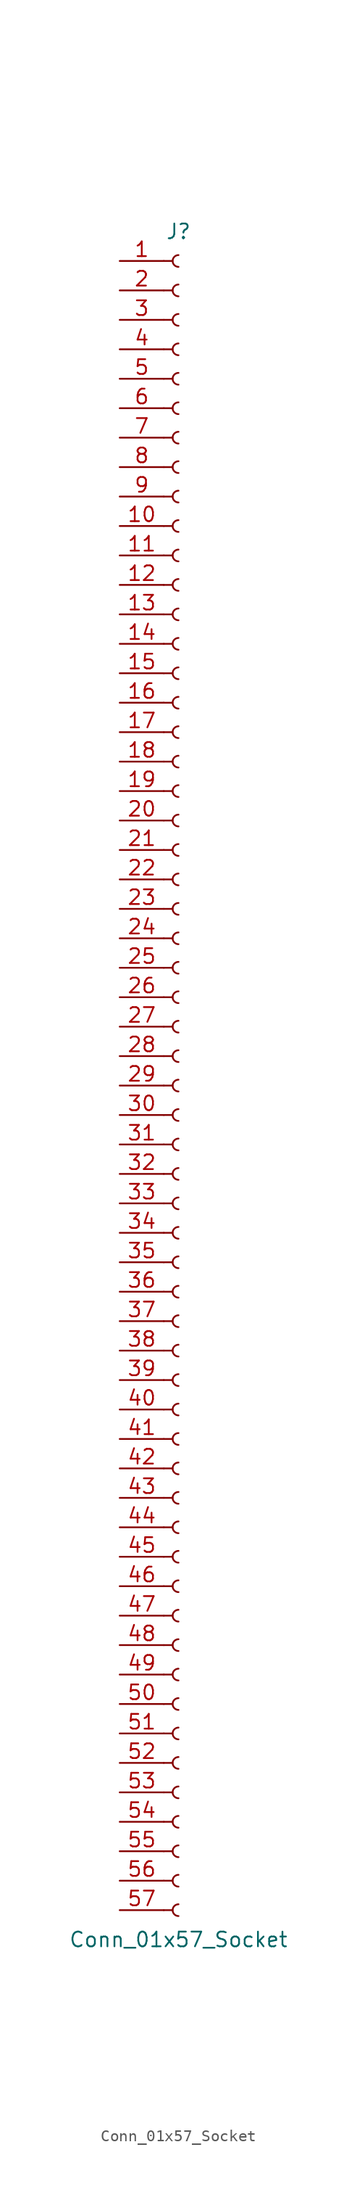
<source format=kicad_sym>
(kicad_symbol_lib
  (version 20220914)
  (generator kicad_symbol_editor)
  (symbol "Conn_01x57_Socket"
    (pin_names
      (offset 1.016) hide)
    (property "Reference" "J"
      (at 0 73.66 0)
      (effects (font (size 1.27 1.27))))
    (property "Value" "Conn_01x57_Socket"
      (at 0 -73.66 0)
      (effects (font (size 1.27 1.27))))
    (property "ki_locked" ""
      (at 0 0 0)
      (effects (font (size 1.27 1.27))))
    (symbol "Conn_01x57_Socket_1_1"
      (arc (start 0 -70.612) (mid -0.5058 -71.12) (end 0 -71.628) (stroke (width 0.1524) (type default)) (fill (type none)))
      (arc (start 0 -68.072) (mid -0.5058 -68.58) (end 0 -69.088) (stroke (width 0.1524) (type default)) (fill (type none)))
      (arc (start 0 -65.532) (mid -0.5058 -66.04) (end 0 -66.548) (stroke (width 0.1524) (type default)) (fill (type none)))
      (arc (start 0 -62.992) (mid -0.5058 -63.5) (end 0 -64.008) (stroke (width 0.1524) (type default)) (fill (type none)))
      (arc (start 0 -60.452) (mid -0.5058 -60.96) (end 0 -61.468) (stroke (width 0.1524) (type default)) (fill (type none)))
      (arc (start 0 -57.912) (mid -0.5058 -58.42) (end 0 -58.928) (stroke (width 0.1524) (type default)) (fill (type none)))
      (arc (start 0 -55.372) (mid -0.5058 -55.88) (end 0 -56.388) (stroke (width 0.1524) (type default)) (fill (type none)))
      (arc (start 0 -52.832) (mid -0.5058 -53.34) (end 0 -53.848) (stroke (width 0.1524) (type default)) (fill (type none)))
      (arc (start 0 -50.292) (mid -0.5058 -50.8) (end 0 -51.308) (stroke (width 0.1524) (type default)) (fill (type none)))
      (arc (start 0 -47.752) (mid -0.5058 -48.26) (end 0 -48.768) (stroke (width 0.1524) (type default)) (fill (type none)))
      (arc (start 0 -45.212) (mid -0.5058 -45.72) (end 0 -46.228) (stroke (width 0.1524) (type default)) (fill (type none)))
      (arc (start 0 -42.672) (mid -0.5058 -43.18) (end 0 -43.688) (stroke (width 0.1524) (type default)) (fill (type none)))
      (arc (start 0 -40.132) (mid -0.5058 -40.64) (end 0 -41.148) (stroke (width 0.1524) (type default)) (fill (type none)))
      (arc (start 0 -37.592) (mid -0.5058 -38.1) (end 0 -38.608) (stroke (width 0.1524) (type default)) (fill (type none)))
      (arc (start 0 -35.052) (mid -0.5058 -35.56) (end 0 -36.068) (stroke (width 0.1524) (type default)) (fill (type none)))
      (arc (start 0 -32.512) (mid -0.5058 -33.02) (end 0 -33.528) (stroke (width 0.1524) (type default)) (fill (type none)))
      (arc (start 0 -29.972) (mid -0.5058 -30.48) (end 0 -30.988) (stroke (width 0.1524) (type default)) (fill (type none)))
      (arc (start 0 -27.432) (mid -0.5058 -27.94) (end 0 -28.448) (stroke (width 0.1524) (type default)) (fill (type none)))
      (arc (start 0 -24.892) (mid -0.5058 -25.4) (end 0 -25.908) (stroke (width 0.1524) (type default)) (fill (type none)))
      (arc (start 0 -22.352) (mid -0.5058 -22.86) (end 0 -23.368) (stroke (width 0.1524) (type default)) (fill (type none)))
      (arc (start 0 -19.812) (mid -0.5058 -20.32) (end 0 -20.828) (stroke (width 0.1524) (type default)) (fill (type none)))
      (arc (start 0 -17.272) (mid -0.5058 -17.78) (end 0 -18.288) (stroke (width 0.1524) (type default)) (fill (type none)))
      (arc (start 0 -14.732) (mid -0.5058 -15.24) (end 0 -15.748) (stroke (width 0.1524) (type default)) (fill (type none)))
      (arc (start 0 -12.192) (mid -0.5058 -12.7) (end 0 -13.208) (stroke (width 0.1524) (type default)) (fill (type none)))
      (arc (start 0 -9.652) (mid -0.5058 -10.16) (end 0 -10.668) (stroke (width 0.1524) (type default)) (fill (type none)))
      (arc (start 0 -7.112) (mid -0.5058 -7.62) (end 0 -8.128) (stroke (width 0.1524) (type default)) (fill (type none)))
      (arc (start 0 -4.572) (mid -0.5058 -5.08) (end 0 -5.588) (stroke (width 0.1524) (type default)) (fill (type none)))
      (arc (start 0 -2.032) (mid -0.5058 -2.54) (end 0 -3.048) (stroke (width 0.1524) (type default)) (fill (type none)))
      (polyline (pts (xy -1.27 -71.12) (xy -0.508 -71.12)) (stroke (width 0.152) (type default)) (fill (type none)))
      (polyline (pts (xy -1.27 -68.58) (xy -0.508 -68.58)) (stroke (width 0.152) (type default)) (fill (type none)))
      (polyline (pts (xy -1.27 -66.04) (xy -0.508 -66.04)) (stroke (width 0.152) (type default)) (fill (type none)))
      (polyline (pts (xy -1.27 -63.5) (xy -0.508 -63.5)) (stroke (width 0.152) (type default)) (fill (type none)))
      (polyline (pts (xy -1.27 -60.96) (xy -0.508 -60.96)) (stroke (width 0.152) (type default)) (fill (type none)))
      (polyline (pts (xy -1.27 -58.42) (xy -0.508 -58.42)) (stroke (width 0.152) (type default)) (fill (type none)))
      (polyline (pts (xy -1.27 -55.88) (xy -0.508 -55.88)) (stroke (width 0.152) (type default)) (fill (type none)))
      (polyline (pts (xy -1.27 -53.34) (xy -0.508 -53.34)) (stroke (width 0.152) (type default)) (fill (type none)))
      (polyline (pts (xy -1.27 -50.8) (xy -0.508 -50.8)) (stroke (width 0.152) (type default)) (fill (type none)))
      (polyline (pts (xy -1.27 -48.26) (xy -0.508 -48.26)) (stroke (width 0.152) (type default)) (fill (type none)))
      (polyline (pts (xy -1.27 -45.72) (xy -0.508 -45.72)) (stroke (width 0.152) (type default)) (fill (type none)))
      (polyline (pts (xy -1.27 -43.18) (xy -0.508 -43.18)) (stroke (width 0.152) (type default)) (fill (type none)))
      (polyline (pts (xy -1.27 -40.64) (xy -0.508 -40.64)) (stroke (width 0.152) (type default)) (fill (type none)))
      (polyline (pts (xy -1.27 -38.1) (xy -0.508 -38.1)) (stroke (width 0.152) (type default)) (fill (type none)))
      (polyline (pts (xy -1.27 -35.56) (xy -0.508 -35.56)) (stroke (width 0.152) (type default)) (fill (type none)))
      (polyline (pts (xy -1.27 -33.02) (xy -0.508 -33.02)) (stroke (width 0.152) (type default)) (fill (type none)))
      (polyline (pts (xy -1.27 -30.48) (xy -0.508 -30.48)) (stroke (width 0.152) (type default)) (fill (type none)))
      (polyline (pts (xy -1.27 -27.94) (xy -0.508 -27.94)) (stroke (width 0.152) (type default)) (fill (type none)))
      (polyline (pts (xy -1.27 -25.4) (xy -0.508 -25.4)) (stroke (width 0.152) (type default)) (fill (type none)))
      (polyline (pts (xy -1.27 -22.86) (xy -0.508 -22.86)) (stroke (width 0.152) (type default)) (fill (type none)))
      (polyline (pts (xy -1.27 -20.32) (xy -0.508 -20.32)) (stroke (width 0.152) (type default)) (fill (type none)))
      (polyline (pts (xy -1.27 -17.78) (xy -0.508 -17.78)) (stroke (width 0.152) (type default)) (fill (type none)))
      (polyline (pts (xy -1.27 -15.24) (xy -0.508 -15.24)) (stroke (width 0.152) (type default)) (fill (type none)))
      (polyline (pts (xy -1.27 -12.7) (xy -0.508 -12.7)) (stroke (width 0.152) (type default)) (fill (type none)))
      (polyline (pts (xy -1.27 -10.16) (xy -0.508 -10.16)) (stroke (width 0.152) (type default)) (fill (type none)))
      (polyline (pts (xy -1.27 -7.62) (xy -0.508 -7.62)) (stroke (width 0.152) (type default)) (fill (type none)))
      (polyline (pts (xy -1.27 -5.08) (xy -0.508 -5.08)) (stroke (width 0.152) (type default)) (fill (type none)))
      (polyline (pts (xy -1.27 -2.54) (xy -0.508 -2.54)) (stroke (width 0.152) (type default)) (fill (type none)))
      (polyline (pts (xy -1.27 0) (xy -0.508 0)) (stroke (width 0.152) (type default)) (fill (type none)))
      (polyline (pts (xy -1.27 2.54) (xy -0.508 2.54)) (stroke (width 0.152) (type default)) (fill (type none)))
      (polyline (pts (xy -1.27 5.08) (xy -0.508 5.08)) (stroke (width 0.152) (type default)) (fill (type none)))
      (polyline (pts (xy -1.27 7.62) (xy -0.508 7.62)) (stroke (width 0.152) (type default)) (fill (type none)))
      (polyline (pts (xy -1.27 10.16) (xy -0.508 10.16)) (stroke (width 0.152) (type default)) (fill (type none)))
      (polyline (pts (xy -1.27 12.7) (xy -0.508 12.7)) (stroke (width 0.152) (type default)) (fill (type none)))
      (polyline (pts (xy -1.27 15.24) (xy -0.508 15.24)) (stroke (width 0.152) (type default)) (fill (type none)))
      (polyline (pts (xy -1.27 17.78) (xy -0.508 17.78)) (stroke (width 0.152) (type default)) (fill (type none)))
      (polyline (pts (xy -1.27 20.32) (xy -0.508 20.32)) (stroke (width 0.152) (type default)) (fill (type none)))
      (polyline (pts (xy -1.27 22.86) (xy -0.508 22.86)) (stroke (width 0.152) (type default)) (fill (type none)))
      (polyline (pts (xy -1.27 25.4) (xy -0.508 25.4)) (stroke (width 0.152) (type default)) (fill (type none)))
      (polyline (pts (xy -1.27 27.94) (xy -0.508 27.94)) (stroke (width 0.152) (type default)) (fill (type none)))
      (polyline (pts (xy -1.27 30.48) (xy -0.508 30.48)) (stroke (width 0.152) (type default)) (fill (type none)))
      (polyline (pts (xy -1.27 33.02) (xy -0.508 33.02)) (stroke (width 0.152) (type default)) (fill (type none)))
      (polyline (pts (xy -1.27 35.56) (xy -0.508 35.56)) (stroke (width 0.152) (type default)) (fill (type none)))
      (polyline (pts (xy -1.27 38.1) (xy -0.508 38.1)) (stroke (width 0.152) (type default)) (fill (type none)))
      (polyline (pts (xy -1.27 40.64) (xy -0.508 40.64)) (stroke (width 0.152) (type default)) (fill (type none)))
      (polyline (pts (xy -1.27 43.18) (xy -0.508 43.18)) (stroke (width 0.152) (type default)) (fill (type none)))
      (polyline (pts (xy -1.27 45.72) (xy -0.508 45.72)) (stroke (width 0.152) (type default)) (fill (type none)))
      (polyline (pts (xy -1.27 48.26) (xy -0.508 48.26)) (stroke (width 0.152) (type default)) (fill (type none)))
      (polyline (pts (xy -1.27 50.8) (xy -0.508 50.8)) (stroke (width 0.152) (type default)) (fill (type none)))
      (polyline (pts (xy -1.27 53.34) (xy -0.508 53.34)) (stroke (width 0.152) (type default)) (fill (type none)))
      (polyline (pts (xy -1.27 55.88) (xy -0.508 55.88)) (stroke (width 0.152) (type default)) (fill (type none)))
      (polyline (pts (xy -1.27 58.42) (xy -0.508 58.42)) (stroke (width 0.152) (type default)) (fill (type none)))
      (polyline (pts (xy -1.27 60.96) (xy -0.508 60.96)) (stroke (width 0.152) (type default)) (fill (type none)))
      (polyline (pts (xy -1.27 63.5) (xy -0.508 63.5)) (stroke (width 0.152) (type default)) (fill (type none)))
      (polyline (pts (xy -1.27 66.04) (xy -0.508 66.04)) (stroke (width 0.152) (type default)) (fill (type none)))
      (polyline (pts (xy -1.27 68.58) (xy -0.508 68.58)) (stroke (width 0.152) (type default)) (fill (type none)))
      (polyline (pts (xy -1.27 71.12) (xy -0.508 71.12)) (stroke (width 0.152) (type default)) (fill (type none)))
      (arc (start 0 0.508) (mid -0.5058 0) (end 0 -0.508) (stroke (width 0.1524) (type default)) (fill (type none)))
      (arc (start 0 3.048) (mid -0.5058 2.54) (end 0 2.032) (stroke (width 0.1524) (type default)) (fill (type none)))
      (arc (start 0 5.588) (mid -0.5058 5.08) (end 0 4.572) (stroke (width 0.1524) (type default)) (fill (type none)))
      (arc (start 0 8.128) (mid -0.5058 7.62) (end 0 7.112) (stroke (width 0.1524) (type default)) (fill (type none)))
      (arc (start 0 10.668) (mid -0.5058 10.16) (end 0 9.652) (stroke (width 0.1524) (type default)) (fill (type none)))
      (arc (start 0 13.208) (mid -0.5058 12.7) (end 0 12.192) (stroke (width 0.1524) (type default)) (fill (type none)))
      (arc (start 0 15.748) (mid -0.5058 15.24) (end 0 14.732) (stroke (width 0.1524) (type default)) (fill (type none)))
      (arc (start 0 18.288) (mid -0.5058 17.78) (end 0 17.272) (stroke (width 0.1524) (type default)) (fill (type none)))
      (arc (start 0 20.828) (mid -0.5058 20.32) (end 0 19.812) (stroke (width 0.1524) (type default)) (fill (type none)))
      (arc (start 0 23.368) (mid -0.5058 22.86) (end 0 22.352) (stroke (width 0.1524) (type default)) (fill (type none)))
      (arc (start 0 25.908) (mid -0.5058 25.4) (end 0 24.892) (stroke (width 0.1524) (type default)) (fill (type none)))
      (arc (start 0 28.448) (mid -0.5058 27.94) (end 0 27.432) (stroke (width 0.1524) (type default)) (fill (type none)))
      (arc (start 0 30.988) (mid -0.5058 30.48) (end 0 29.972) (stroke (width 0.1524) (type default)) (fill (type none)))
      (arc (start 0 33.528) (mid -0.5058 33.02) (end 0 32.512) (stroke (width 0.1524) (type default)) (fill (type none)))
      (arc (start 0 36.068) (mid -0.5058 35.56) (end 0 35.052) (stroke (width 0.1524) (type default)) (fill (type none)))
      (arc (start 0 38.608) (mid -0.5058 38.1) (end 0 37.592) (stroke (width 0.1524) (type default)) (fill (type none)))
      (arc (start 0 41.148) (mid -0.5058 40.64) (end 0 40.132) (stroke (width 0.1524) (type default)) (fill (type none)))
      (arc (start 0 43.688) (mid -0.5058 43.18) (end 0 42.672) (stroke (width 0.1524) (type default)) (fill (type none)))
      (arc (start 0 46.228) (mid -0.5058 45.72) (end 0 45.212) (stroke (width 0.1524) (type default)) (fill (type none)))
      (arc (start 0 48.768) (mid -0.5058 48.26) (end 0 47.752) (stroke (width 0.1524) (type default)) (fill (type none)))
      (arc (start 0 51.308) (mid -0.5058 50.8) (end 0 50.292) (stroke (width 0.1524) (type default)) (fill (type none)))
      (arc (start 0 53.848) (mid -0.5058 53.34) (end 0 52.832) (stroke (width 0.1524) (type default)) (fill (type none)))
      (arc (start 0 56.388) (mid -0.5058 55.88) (end 0 55.372) (stroke (width 0.1524) (type default)) (fill (type none)))
      (arc (start 0 58.928) (mid -0.5058 58.42) (end 0 57.912) (stroke (width 0.1524) (type default)) (fill (type none)))
      (arc (start 0 61.468) (mid -0.5058 60.96) (end 0 60.452) (stroke (width 0.1524) (type default)) (fill (type none)))
      (arc (start 0 64.008) (mid -0.5058 63.5) (end 0 62.992) (stroke (width 0.1524) (type default)) (fill (type none)))
      (arc (start 0 66.548) (mid -0.5058 66.04) (end 0 65.532) (stroke (width 0.1524) (type default)) (fill (type none)))
      (arc (start 0 69.088) (mid -0.5058 68.58) (end 0 68.072) (stroke (width 0.1524) (type default)) (fill (type none)))
      (arc (start 0 71.628) (mid -0.5058 71.12) (end 0 70.612) (stroke (width 0.1524) (type default)) (fill (type none)))
      (pin passive line (at -5.08 71.12 0) (length 3.81) (name "Pin_1" (effects (font (size 1.27 1.27)))) (number "1" (effects (font (size 1.27 1.27)))))
      (pin passive line (at -5.08 48.26 0) (length 3.81) (name "Pin_10" (effects (font (size 1.27 1.27)))) (number "10" (effects (font (size 1.27 1.27)))))
      (pin passive line (at -5.08 45.72 0) (length 3.81) (name "Pin_11" (effects (font (size 1.27 1.27)))) (number "11" (effects (font (size 1.27 1.27)))))
      (pin passive line (at -5.08 43.18 0) (length 3.81) (name "Pin_12" (effects (font (size 1.27 1.27)))) (number "12" (effects (font (size 1.27 1.27)))))
      (pin passive line (at -5.08 40.64 0) (length 3.81) (name "Pin_13" (effects (font (size 1.27 1.27)))) (number "13" (effects (font (size 1.27 1.27)))))
      (pin passive line (at -5.08 38.1 0) (length 3.81) (name "Pin_14" (effects (font (size 1.27 1.27)))) (number "14" (effects (font (size 1.27 1.27)))))
      (pin passive line (at -5.08 35.56 0) (length 3.81) (name "Pin_15" (effects (font (size 1.27 1.27)))) (number "15" (effects (font (size 1.27 1.27)))))
      (pin passive line (at -5.08 33.02 0) (length 3.81) (name "Pin_16" (effects (font (size 1.27 1.27)))) (number "16" (effects (font (size 1.27 1.27)))))
      (pin passive line (at -5.08 30.48 0) (length 3.81) (name "Pin_17" (effects (font (size 1.27 1.27)))) (number "17" (effects (font (size 1.27 1.27)))))
      (pin passive line (at -5.08 27.94 0) (length 3.81) (name "Pin_18" (effects (font (size 1.27 1.27)))) (number "18" (effects (font (size 1.27 1.27)))))
      (pin passive line (at -5.08 25.4 0) (length 3.81) (name "Pin_19" (effects (font (size 1.27 1.27)))) (number "19" (effects (font (size 1.27 1.27)))))
      (pin passive line (at -5.08 68.58 0) (length 3.81) (name "Pin_2" (effects (font (size 1.27 1.27)))) (number "2" (effects (font (size 1.27 1.27)))))
      (pin passive line (at -5.08 22.86 0) (length 3.81) (name "Pin_20" (effects (font (size 1.27 1.27)))) (number "20" (effects (font (size 1.27 1.27)))))
      (pin passive line (at -5.08 20.32 0) (length 3.81) (name "Pin_21" (effects (font (size 1.27 1.27)))) (number "21" (effects (font (size 1.27 1.27)))))
      (pin passive line (at -5.08 17.78 0) (length 3.81) (name "Pin_22" (effects (font (size 1.27 1.27)))) (number "22" (effects (font (size 1.27 1.27)))))
      (pin passive line (at -5.08 15.24 0) (length 3.81) (name "Pin_23" (effects (font (size 1.27 1.27)))) (number "23" (effects (font (size 1.27 1.27)))))
      (pin passive line (at -5.08 12.7 0) (length 3.81) (name "Pin_24" (effects (font (size 1.27 1.27)))) (number "24" (effects (font (size 1.27 1.27)))))
      (pin passive line (at -5.08 10.16 0) (length 3.81) (name "Pin_25" (effects (font (size 1.27 1.27)))) (number "25" (effects (font (size 1.27 1.27)))))
      (pin passive line (at -5.08 7.62 0) (length 3.81) (name "Pin_26" (effects (font (size 1.27 1.27)))) (number "26" (effects (font (size 1.27 1.27)))))
      (pin passive line (at -5.08 5.08 0) (length 3.81) (name "Pin_27" (effects (font (size 1.27 1.27)))) (number "27" (effects (font (size 1.27 1.27)))))
      (pin passive line (at -5.08 2.54 0) (length 3.81) (name "Pin_28" (effects (font (size 1.27 1.27)))) (number "28" (effects (font (size 1.27 1.27)))))
      (pin passive line (at -5.08 0 0) (length 3.81) (name "Pin_29" (effects (font (size 1.27 1.27)))) (number "29" (effects (font (size 1.27 1.27)))))
      (pin passive line (at -5.08 66.04 0) (length 3.81) (name "Pin_3" (effects (font (size 1.27 1.27)))) (number "3" (effects (font (size 1.27 1.27)))))
      (pin passive line (at -5.08 -2.54 0) (length 3.81) (name "Pin_30" (effects (font (size 1.27 1.27)))) (number "30" (effects (font (size 1.27 1.27)))))
      (pin passive line (at -5.08 -5.08 0) (length 3.81) (name "Pin_31" (effects (font (size 1.27 1.27)))) (number "31" (effects (font (size 1.27 1.27)))))
      (pin passive line (at -5.08 -7.62 0) (length 3.81) (name "Pin_32" (effects (font (size 1.27 1.27)))) (number "32" (effects (font (size 1.27 1.27)))))
      (pin passive line (at -5.08 -10.16 0) (length 3.81) (name "Pin_33" (effects (font (size 1.27 1.27)))) (number "33" (effects (font (size 1.27 1.27)))))
      (pin passive line (at -5.08 -12.7 0) (length 3.81) (name "Pin_34" (effects (font (size 1.27 1.27)))) (number "34" (effects (font (size 1.27 1.27)))))
      (pin passive line (at -5.08 -15.24 0) (length 3.81) (name "Pin_35" (effects (font (size 1.27 1.27)))) (number "35" (effects (font (size 1.27 1.27)))))
      (pin passive line (at -5.08 -17.78 0) (length 3.81) (name "Pin_36" (effects (font (size 1.27 1.27)))) (number "36" (effects (font (size 1.27 1.27)))))
      (pin passive line (at -5.08 -20.32 0) (length 3.81) (name "Pin_37" (effects (font (size 1.27 1.27)))) (number "37" (effects (font (size 1.27 1.27)))))
      (pin passive line (at -5.08 -22.86 0) (length 3.81) (name "Pin_38" (effects (font (size 1.27 1.27)))) (number "38" (effects (font (size 1.27 1.27)))))
      (pin passive line (at -5.08 -25.4 0) (length 3.81) (name "Pin_39" (effects (font (size 1.27 1.27)))) (number "39" (effects (font (size 1.27 1.27)))))
      (pin passive line (at -5.08 63.5 0) (length 3.81) (name "Pin_4" (effects (font (size 1.27 1.27)))) (number "4" (effects (font (size 1.27 1.27)))))
      (pin passive line (at -5.08 -27.94 0) (length 3.81) (name "Pin_40" (effects (font (size 1.27 1.27)))) (number "40" (effects (font (size 1.27 1.27)))))
      (pin passive line (at -5.08 -30.48 0) (length 3.81) (name "Pin_41" (effects (font (size 1.27 1.27)))) (number "41" (effects (font (size 1.27 1.27)))))
      (pin passive line (at -5.08 -33.02 0) (length 3.81) (name "Pin_42" (effects (font (size 1.27 1.27)))) (number "42" (effects (font (size 1.27 1.27)))))
      (pin passive line (at -5.08 -35.56 0) (length 3.81) (name "Pin_43" (effects (font (size 1.27 1.27)))) (number "43" (effects (font (size 1.27 1.27)))))
      (pin passive line (at -5.08 -38.1 0) (length 3.81) (name "Pin_44" (effects (font (size 1.27 1.27)))) (number "44" (effects (font (size 1.27 1.27)))))
      (pin passive line (at -5.08 -40.64 0) (length 3.81) (name "Pin_45" (effects (font (size 1.27 1.27)))) (number "45" (effects (font (size 1.27 1.27)))))
      (pin passive line (at -5.08 -43.18 0) (length 3.81) (name "Pin_46" (effects (font (size 1.27 1.27)))) (number "46" (effects (font (size 1.27 1.27)))))
      (pin passive line (at -5.08 -45.72 0) (length 3.81) (name "Pin_47" (effects (font (size 1.27 1.27)))) (number "47" (effects (font (size 1.27 1.27)))))
      (pin passive line (at -5.08 -48.26 0) (length 3.81) (name "Pin_48" (effects (font (size 1.27 1.27)))) (number "48" (effects (font (size 1.27 1.27)))))
      (pin passive line (at -5.08 -50.8 0) (length 3.81) (name "Pin_49" (effects (font (size 1.27 1.27)))) (number "49" (effects (font (size 1.27 1.27)))))
      (pin passive line (at -5.08 60.96 0) (length 3.81) (name "Pin_5" (effects (font (size 1.27 1.27)))) (number "5" (effects (font (size 1.27 1.27)))))
      (pin passive line (at -5.08 -53.34 0) (length 3.81) (name "Pin_50" (effects (font (size 1.27 1.27)))) (number "50" (effects (font (size 1.27 1.27)))))
      (pin passive line (at -5.08 -55.88 0) (length 3.81) (name "Pin_51" (effects (font (size 1.27 1.27)))) (number "51" (effects (font (size 1.27 1.27)))))
      (pin passive line (at -5.08 -58.42 0) (length 3.81) (name "Pin_52" (effects (font (size 1.27 1.27)))) (number "52" (effects (font (size 1.27 1.27)))))
      (pin passive line (at -5.08 -60.96 0) (length 3.81) (name "Pin_53" (effects (font (size 1.27 1.27)))) (number "53" (effects (font (size 1.27 1.27)))))
      (pin passive line (at -5.08 -63.5 0) (length 3.81) (name "Pin_54" (effects (font (size 1.27 1.27)))) (number "54" (effects (font (size 1.27 1.27)))))
      (pin passive line (at -5.08 -66.04 0) (length 3.81) (name "Pin_55" (effects (font (size 1.27 1.27)))) (number "55" (effects (font (size 1.27 1.27)))))
      (pin passive line (at -5.08 -68.58 0) (length 3.81) (name "Pin_56" (effects (font (size 1.27 1.27)))) (number "56" (effects (font (size 1.27 1.27)))))
      (pin passive line (at -5.08 -71.12 0) (length 3.81) (name "Pin_57" (effects (font (size 1.27 1.27)))) (number "57" (effects (font (size 1.27 1.27)))))
      (pin passive line (at -5.08 58.42 0) (length 3.81) (name "Pin_6" (effects (font (size 1.27 1.27)))) (number "6" (effects (font (size 1.27 1.27)))))
      (pin passive line (at -5.08 55.88 0) (length 3.81) (name "Pin_7" (effects (font (size 1.27 1.27)))) (number "7" (effects (font (size 1.27 1.27)))))
      (pin passive line (at -5.08 53.34 0) (length 3.81) (name "Pin_8" (effects (font (size 1.27 1.27)))) (number "8" (effects (font (size 1.27 1.27)))))
      (pin passive line (at -5.08 50.8 0) (length 3.81) (name "Pin_9" (effects (font (size 1.27 1.27)))) (number "9" (effects (font (size 1.27 1.27))))))))
</source>
